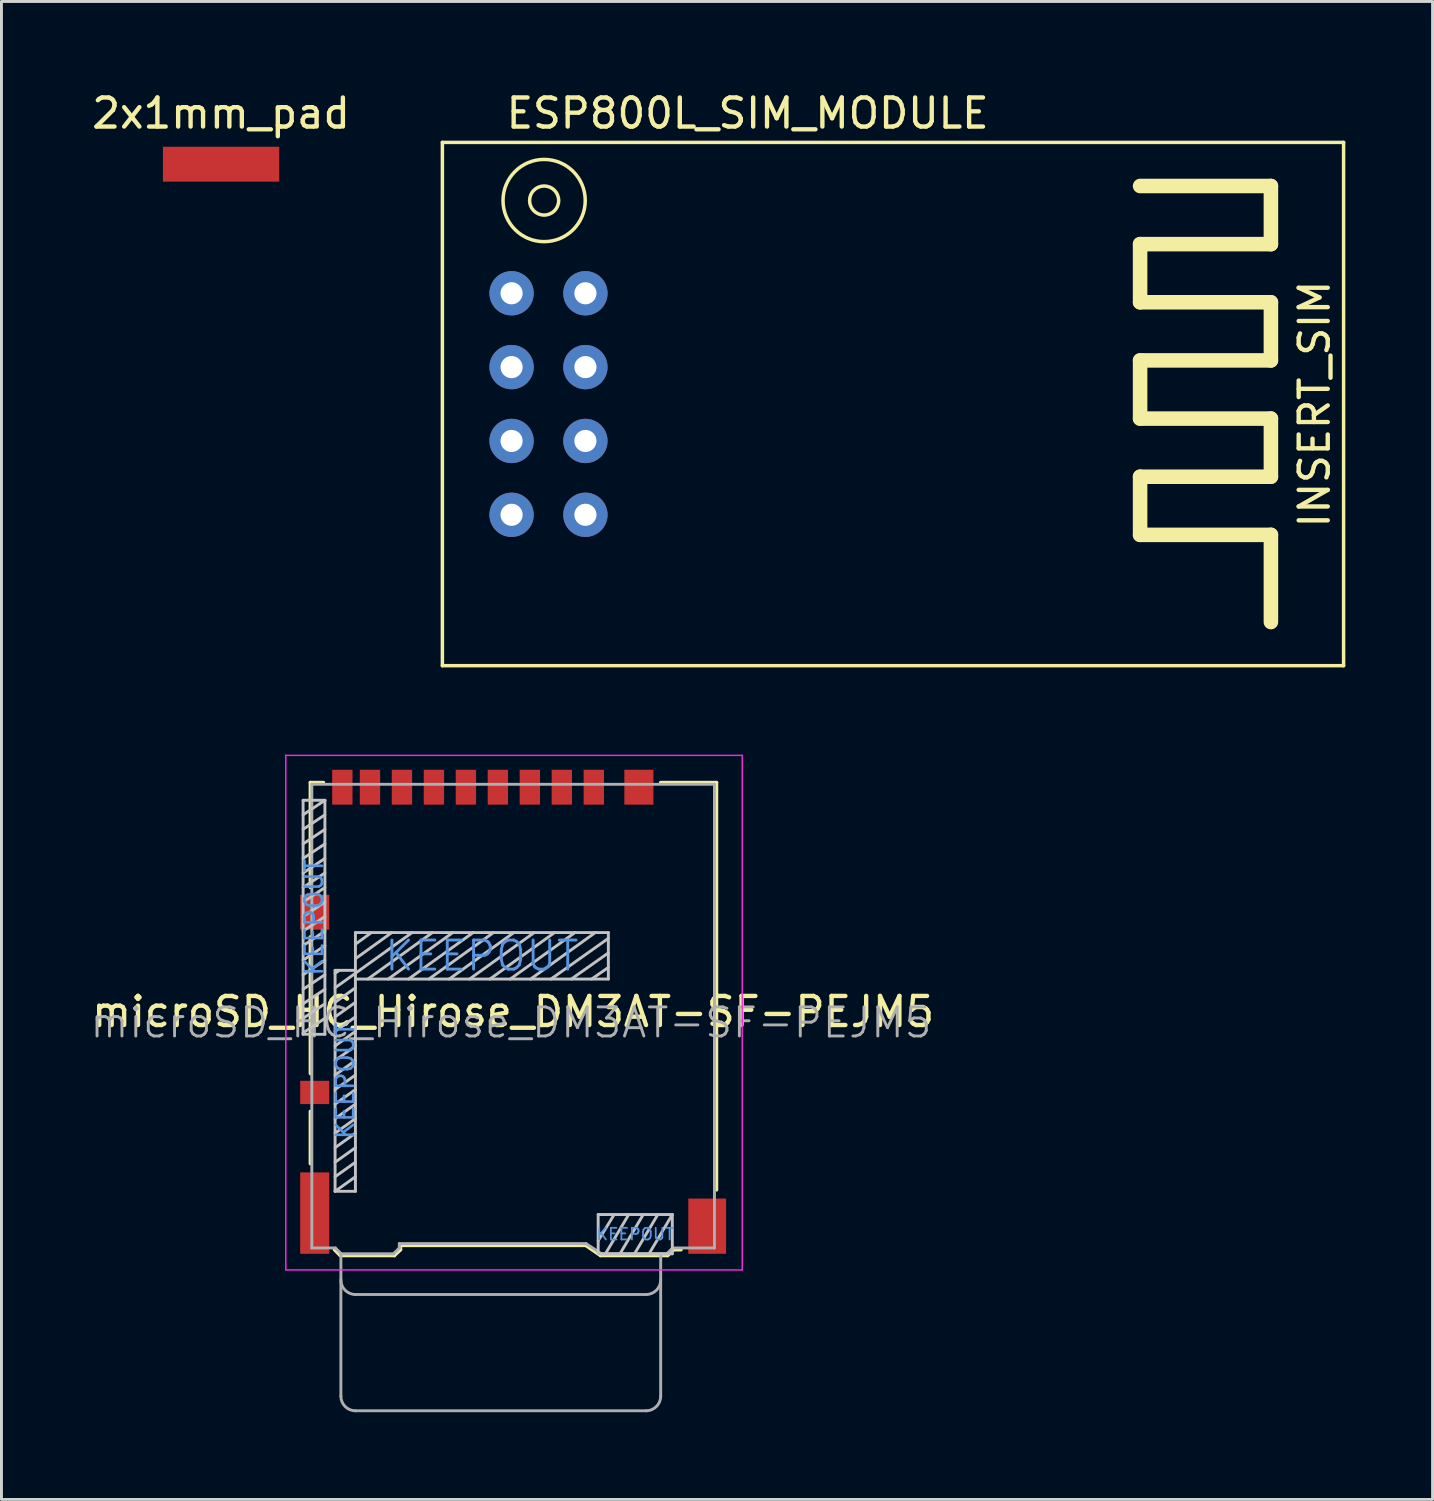
<source format=kicad_pcb>
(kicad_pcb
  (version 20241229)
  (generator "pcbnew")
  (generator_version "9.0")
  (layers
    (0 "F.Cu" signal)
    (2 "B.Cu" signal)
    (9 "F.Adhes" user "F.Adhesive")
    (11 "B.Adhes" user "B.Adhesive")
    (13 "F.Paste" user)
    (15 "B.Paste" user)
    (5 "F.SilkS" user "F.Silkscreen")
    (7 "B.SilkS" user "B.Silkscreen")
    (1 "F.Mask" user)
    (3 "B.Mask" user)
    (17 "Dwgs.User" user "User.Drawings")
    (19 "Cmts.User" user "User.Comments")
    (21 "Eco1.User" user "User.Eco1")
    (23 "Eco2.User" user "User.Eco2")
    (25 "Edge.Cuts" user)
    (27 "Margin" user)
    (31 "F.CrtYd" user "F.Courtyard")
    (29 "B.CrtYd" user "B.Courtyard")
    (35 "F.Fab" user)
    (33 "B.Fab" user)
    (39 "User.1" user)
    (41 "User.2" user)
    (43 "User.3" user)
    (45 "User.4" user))
  (footprint "2x1mm_pad"
    (layer "F.Cu")
    (at 4.554 2.598)
    (property "Reference" "2x1mm_pad" (at 0 -1.75 0) (unlocked yes) (layer "F.SilkS") (effects (font (size 1 1) (thickness 0.15))))
    (attr smd)
    (pad "1" smd rect (at 0 0) (size 4 1.2) (layers "F.Cu" "F.Mask" "F.Paste")))
  (footprint "microSD_HC_Hirose_DM3AT-SF-PEJM5"
    (layer "F.Cu")
    (at 14.601 31.753)
    (property "Reference" "microSD_HC_Hirose_DM3AT-SF-PEJM5" (at 0 0 0) (layer "F.SilkS") (effects (font (size 1 1) (thickness 0.15))))
    (attr smd)
    (fp_line (start -6.975 -7.885) (end -6.975 -4.275) (stroke (width 0.12) (type solid)) (layer "F.SilkS"))
    (fp_line (start -6.975 -2.575) (end -6.975 2.125) (stroke (width 0.12) (type solid)) (layer "F.SilkS"))
    (fp_line (start -6.975 3.425) (end -6.975 5.225) (stroke (width 0.12) (type solid)) (layer "F.SilkS"))
    (fp_line (start -6.525 -7.885) (end -6.975 -7.885) (stroke (width 0.12) (type solid)) (layer "F.SilkS"))
    (fp_line (start -5.945 8.385) (end -6.145 8.185) (stroke (width 0.12) (type solid)) (layer "F.SilkS"))
    (fp_line (start -5.945 8.385) (end -4.085 8.385) (stroke (width 0.12) (type solid)) (layer "F.SilkS"))
    (fp_line (start -4.085 8.385) (end -3.875 8.185) (stroke (width 0.12) (type solid)) (layer "F.SilkS"))
    (fp_line (start -3.875 8.035) (end -3.875 8.185) (stroke (width 0.12) (type solid)) (layer "F.SilkS"))
    (fp_line (start -3.875 8.035) (end 2.495 8.035) (stroke (width 0.12) (type solid)) (layer "F.SilkS"))
    (fp_line (start 3.005 8.385) (end 2.495 8.035) (stroke (width 0.12) (type solid)) (layer "F.SilkS"))
    (fp_line (start 5.075 -7.885) (end 6.995 -7.885) (stroke (width 0.12) (type solid)) (layer "F.SilkS"))
    (fp_line (start 5.315 8.385) (end 3.005 8.385) (stroke (width 0.12) (type solid)) (layer "F.SilkS"))
    (fp_line (start 5.315 8.385) (end 5.515 8.185) (stroke (width 0.12) (type solid)) (layer "F.SilkS"))
    (fp_line (start 5.515 8.185) (end 5.775 8.185) (stroke (width 0.12) (type solid)) (layer "F.SilkS"))
    (fp_line (start 6.995 -7.885) (end 6.995 6.125) (stroke (width 0.12) (type solid)) (layer "F.SilkS"))
    (fp_line (start -7.225 -7.275) (end -6.475 -7.275) (stroke (width 0.1) (type solid)) (layer "Dwgs.User"))
    (fp_line (start -7.225 0.775) (end -7.225 -7.275) (stroke (width 0.1) (type solid)) (layer "Dwgs.User"))
    (fp_line (start -6.475 -7.275) (end -7.225 -6.775) (stroke (width 0.1) (type solid)) (layer "Dwgs.User"))
    (fp_line (start -6.475 -7.275) (end -6.475 0.775) (stroke (width 0.1) (type solid)) (layer "Dwgs.User"))
    (fp_line (start -6.475 -6.775) (end -7.225 -6.275) (stroke (width 0.1) (type solid)) (layer "Dwgs.User"))
    (fp_line (start -6.475 -6.275) (end -7.225 -5.775) (stroke (width 0.1) (type solid)) (layer "Dwgs.User"))
    (fp_line (start -6.475 -5.775) (end -7.225 -5.275) (stroke (width 0.1) (type solid)) (layer "Dwgs.User"))
    (fp_line (start -6.475 -5.275) (end -7.225 -4.775) (stroke (width 0.1) (type solid)) (layer "Dwgs.User"))
    (fp_line (start -6.475 -4.775) (end -7.225 -4.275) (stroke (width 0.1) (type solid)) (layer "Dwgs.User"))
    (fp_line (start -6.475 -4.275) (end -7.225 -3.775) (stroke (width 0.1) (type solid)) (layer "Dwgs.User"))
    (fp_line (start -6.475 -3.775) (end -7.225 -3.275) (stroke (width 0.1) (type solid)) (layer "Dwgs.User"))
    (fp_line (start -6.475 -3.275) (end -7.225 -2.775) (stroke (width 0.1) (type solid)) (layer "Dwgs.User"))
    (fp_line (start -6.475 -2.775) (end -7.225 -2.275) (stroke (width 0.1) (type solid)) (layer "Dwgs.User"))
    (fp_line (start -6.475 -2.275) (end -7.225 -1.775) (stroke (width 0.1) (type solid)) (layer "Dwgs.User"))
    (fp_line (start -6.475 -1.775) (end -7.225 -1.275) (stroke (width 0.1) (type solid)) (layer "Dwgs.User"))
    (fp_line (start -6.475 -1.275) (end -7.225 -0.775) (stroke (width 0.1) (type solid)) (layer "Dwgs.User"))
    (fp_line (start -6.475 -0.775) (end -7.225 -0.275) (stroke (width 0.1) (type solid)) (layer "Dwgs.User"))
    (fp_line (start -6.475 -0.275) (end -7.225 0.225) (stroke (width 0.1) (type solid)) (layer "Dwgs.User"))
    (fp_line (start -6.475 0.225) (end -7.225 0.725) (stroke (width 0.1) (type solid)) (layer "Dwgs.User"))
    (fp_line (start -6.475 0.775) (end -7.225 0.775) (stroke (width 0.1) (type solid)) (layer "Dwgs.User"))
    (fp_line (start -6.125 -1.425) (end -5.425 -1.425) (stroke (width 0.1) (type solid)) (layer "Dwgs.User"))
    (fp_line (start -6.125 -1.325) (end -5.975 -1.425) (stroke (width 0.1) (type solid)) (layer "Dwgs.User"))
    (fp_line (start -6.125 -0.825) (end -5.425 -1.325) (stroke (width 0.1) (type solid)) (layer "Dwgs.User"))
    (fp_line (start -6.125 -0.325) (end -5.425 -0.825) (stroke (width 0.1) (type solid)) (layer "Dwgs.User"))
    (fp_line (start -6.125 0.175) (end -5.425 -0.325) (stroke (width 0.1) (type solid)) (layer "Dwgs.User"))
    (fp_line (start -6.125 0.675) (end -5.425 0.175) (stroke (width 0.1) (type solid)) (layer "Dwgs.User"))
    (fp_line (start -6.125 1.175) (end -5.425 0.675) (stroke (width 0.1) (type solid)) (layer "Dwgs.User"))
    (fp_line (start -6.125 1.675) (end -5.425 1.175) (stroke (width 0.1) (type solid)) (layer "Dwgs.User"))
    (fp_line (start -6.125 2.175) (end -5.425 1.675) (stroke (width 0.1) (type solid)) (layer "Dwgs.User"))
    (fp_line (start -6.125 2.675) (end -5.425 2.175) (stroke (width 0.1) (type solid)) (layer "Dwgs.User"))
    (fp_line (start -6.125 3.175) (end -5.425 2.675) (stroke (width 0.1) (type solid)) (layer "Dwgs.User"))
    (fp_line (start -6.125 3.675) (end -5.425 3.175) (stroke (width 0.1) (type solid)) (layer "Dwgs.User"))
    (fp_line (start -6.125 4.175) (end -5.425 3.675) (stroke (width 0.1) (type solid)) (layer "Dwgs.User"))
    (fp_line (start -6.125 4.675) (end -5.425 4.175) (stroke (width 0.1) (type solid)) (layer "Dwgs.User"))
    (fp_line (start -6.125 5.175) (end -5.425 4.675) (stroke (width 0.1) (type solid)) (layer "Dwgs.User"))
    (fp_line (start -6.125 5.675) (end -5.425 5.175) (stroke (width 0.1) (type solid)) (layer "Dwgs.User"))
    (fp_line (start -6.125 6.175) (end -6.125 -1.425) (stroke (width 0.1) (type solid)) (layer "Dwgs.User"))
    (fp_line (start -6.125 6.175) (end -5.425 5.675) (stroke (width 0.1) (type solid)) (layer "Dwgs.User"))
    (fp_line (start -5.425 -2.725) (end -5.425 6.175) (stroke (width 0.1) (type solid)) (layer "Dwgs.User"))
    (fp_line (start -5.425 -2.725) (end 3.275 -2.725) (stroke (width 0.1) (type solid)) (layer "Dwgs.User"))
    (fp_line (start -5.425 -1.325) (end -3.475 -2.725) (stroke (width 0.1) (type solid)) (layer "Dwgs.User"))
    (fp_line (start -5.425 6.175) (end -6.125 6.175) (stroke (width 0.1) (type solid)) (layer "Dwgs.User"))
    (fp_line (start -4.875 -2.725) (end -5.425 -2.325) (stroke (width 0.1) (type solid)) (layer "Dwgs.User"))
    (fp_line (start -4.175 -2.725) (end -5.425 -1.825) (stroke (width 0.1) (type solid)) (layer "Dwgs.User"))
    (fp_line (start -2.775 -2.725) (end -5 -1.125) (stroke (width 0.1) (type solid)) (layer "Dwgs.User"))
    (fp_line (start -2.075 -2.725) (end -4.3 -1.125) (stroke (width 0.1) (type solid)) (layer "Dwgs.User"))
    (fp_line (start -1.375 -2.725) (end -3.6 -1.125) (stroke (width 0.1) (type solid)) (layer "Dwgs.User"))
    (fp_line (start -0.675 -2.725) (end -2.9 -1.125) (stroke (width 0.1) (type solid)) (layer "Dwgs.User"))
    (fp_line (start 0.025 -2.725) (end -2.2 -1.125) (stroke (width 0.1) (type solid)) (layer "Dwgs.User"))
    (fp_line (start 0.725 -2.725) (end -1.5 -1.125) (stroke (width 0.1) (type solid)) (layer "Dwgs.User"))
    (fp_line (start 1.425 -2.725) (end -0.8 -1.125) (stroke (width 0.1) (type solid)) (layer "Dwgs.User"))
    (fp_line (start 2.125 -2.725) (end -0.1 -1.125) (stroke (width 0.1) (type solid)) (layer "Dwgs.User"))
    (fp_line (start 2.825 -2.725) (end 0.6 -1.125) (stroke (width 0.1) (type solid)) (layer "Dwgs.User"))
    (fp_line (start 2.925 6.975) (end 5.475 6.975) (stroke (width 0.1) (type solid)) (layer "Dwgs.User"))
    (fp_line (start 2.925 8.325) (end 2.925 6.975) (stroke (width 0.1) (type solid)) (layer "Dwgs.User"))
    (fp_line (start 3.275 -2.725) (end 3.275 -1.125) (stroke (width 0.1) (type solid)) (layer "Dwgs.User"))
    (fp_line (start 3.275 -2.525) (end 1.3 -1.125) (stroke (width 0.1) (type solid)) (layer "Dwgs.User"))
    (fp_line (start 3.275 -2.025) (end 2 -1.125) (stroke (width 0.1) (type solid)) (layer "Dwgs.User"))
    (fp_line (start 3.275 -1.525) (end 2.7 -1.125) (stroke (width 0.1) (type solid)) (layer "Dwgs.User"))
    (fp_line (start 3.275 -1.125) (end -5.425 -1.125) (stroke (width 0.1) (type solid)) (layer "Dwgs.User"))
    (fp_line (start 3.475 6.975) (end 2.925 7.875) (stroke (width 0.1) (type solid)) (layer "Dwgs.User"))
    (fp_line (start 3.975 6.975) (end 3.175 8.325) (stroke (width 0.1) (type solid)) (layer "Dwgs.User"))
    (fp_line (start 4.475 6.975) (end 3.675 8.325) (stroke (width 0.1) (type solid)) (layer "Dwgs.User"))
    (fp_line (start 4.975 6.975) (end 4.175 8.325) (stroke (width 0.1) (type solid)) (layer "Dwgs.User"))
    (fp_line (start 5.475 6.975) (end 4.675 8.325) (stroke (width 0.1) (type solid)) (layer "Dwgs.User"))
    (fp_line (start 5.475 6.975) (end 5.475 8.325) (stroke (width 0.1) (type solid)) (layer "Dwgs.User"))
    (fp_line (start 5.475 8.325) (end 2.925 8.325) (stroke (width 0.1) (type solid)) (layer "Dwgs.User"))
    (fp_line (start -7.82 -8.82) (end 7.88 -8.82) (stroke (width 0.05) (type solid)) (layer "F.CrtYd"))
    (fp_line (start -7.82 8.88) (end -7.82 -8.82) (stroke (width 0.05) (type solid)) (layer "F.CrtYd"))
    (fp_line (start 7.88 -8.82) (end 7.88 8.88) (stroke (width 0.05) (type solid)) (layer "F.CrtYd"))
    (fp_line (start 7.88 8.88) (end -7.82 8.88) (stroke (width 0.05) (type solid)) (layer "F.CrtYd"))
    (fp_line (start -6.925 8.125) (end -6.925 -7.825) (stroke (width 0.1) (type solid)) (layer "F.Fab"))
    (fp_line (start -6.115 8.125) (end -6.925 8.125) (stroke (width 0.1) (type solid)) (layer "F.Fab"))
    (fp_line (start -5.925 8.325) (end -5.925 13.225) (stroke (width 0.1) (type solid)) (layer "F.Fab"))
    (fp_line (start -5.915 8.325) (end -6.115 8.125) (stroke (width 0.1) (type solid)) (layer "F.Fab"))
    (fp_line (start -5.425 9.725) (end 4.575 9.725) (stroke (width 0.1) (type solid)) (layer "F.Fab"))
    (fp_line (start -5.425 13.725) (end 4.575 13.725) (stroke (width 0.1) (type solid)) (layer "F.Fab"))
    (fp_line (start -4.115 8.325) (end -5.915 8.325) (stroke (width 0.1) (type solid)) (layer "F.Fab"))
    (fp_line (start -3.915 8.125) (end -4.115 8.325) (stroke (width 0.1) (type solid)) (layer "F.Fab"))
    (fp_line (start -3.915 8.125) (end -3.915 7.975) (stroke (width 0.1) (type solid)) (layer "F.Fab"))
    (fp_line (start 2.51 7.975) (end -3.915 7.975) (stroke (width 0.1) (type solid)) (layer "F.Fab"))
    (fp_line (start 3.035 8.325) (end 2.51 7.975) (stroke (width 0.1) (type solid)) (layer "F.Fab"))
    (fp_line (start 5.075 13.225) (end 5.075 8.325) (stroke (width 0.1) (type solid)) (layer "F.Fab"))
    (fp_line (start 5.285 8.325) (end 3.035 8.325) (stroke (width 0.1) (type solid)) (layer "F.Fab"))
    (fp_line (start 5.285 8.325) (end 5.485 8.125) (stroke (width 0.1) (type solid)) (layer "F.Fab"))
    (fp_line (start 5.485 8.125) (end 6.925 8.125) (stroke (width 0.1) (type solid)) (layer "F.Fab"))
    (fp_line (start 6.925 -7.825) (end -6.925 -7.825) (stroke (width 0.1) (type solid)) (layer "F.Fab"))
    (fp_line (start 6.925 8.125) (end 6.925 -7.825) (stroke (width 0.1) (type solid)) (layer "F.Fab"))
    (fp_arc (start -5.425 9.725) (mid -5.778553 9.578553) (end -5.925 9.225) (stroke (width 0.1) (type solid)) (layer "F.Fab"))
    (fp_arc (start -5.425 13.725) (mid -5.778553 13.578553) (end -5.925 13.225) (stroke (width 0.1) (type solid)) (layer "F.Fab"))
    (fp_arc (start 5.075 9.225) (mid 4.928553 9.578553) (end 4.575 9.725) (stroke (width 0.1) (type solid)) (layer "F.Fab"))
    (fp_arc (start 5.075 13.225) (mid 4.928553 13.578553) (end 4.575 13.725) (stroke (width 0.1) (type solid)) (layer "F.Fab"))
    (fp_text user "KEEPOUT" (at -5.775 2.375 90) (layer "Cmts.User") (effects (font (size 0.6 0.6) (thickness 0.09))))
    (fp_text user "KEEPOUT" (at 4.2 7.65 0) (layer "Cmts.User") (effects (font (size 0.4 0.4) (thickness 0.06))))
    (fp_text user "KEEPOUT" (at -1.075 -1.925 0) (layer "Cmts.User") (effects (font (size 1 1) (thickness 0.1))))
    (fp_text user "KEEPOUT" (at -6.85 -3.25 90) (layer "Cmts.User") (effects (font (size 0.6 0.6) (thickness 0.09))))
    (fp_text user "${REFERENCE}" (at -0.075 0.375 0) (layer "F.Fab") (effects (font (size 1 1) (thickness 0.1))))
    (pad "1" smd rect (at 2.775 -7.725) (size 0.7 1.2) (layers "F.Cu" "F.Mask" "F.Paste"))
    (pad "2" smd rect (at 1.675 -7.725) (size 0.7 1.2) (layers "F.Cu" "F.Mask" "F.Paste"))
    (pad "3" smd rect (at 0.575 -7.725) (size 0.7 1.2) (layers "F.Cu" "F.Mask" "F.Paste"))
    (pad "4" smd rect (at -0.525 -7.725) (size 0.7 1.2) (layers "F.Cu" "F.Mask" "F.Paste"))
    (pad "5" smd rect (at -1.625 -7.725) (size 0.7 1.2) (layers "F.Cu" "F.Mask" "F.Paste"))
    (pad "6" smd rect (at -2.725 -7.725) (size 0.7 1.2) (layers "F.Cu" "F.Mask" "F.Paste"))
    (pad "7" smd rect (at -3.825 -7.725) (size 0.7 1.2) (layers "F.Cu" "F.Mask" "F.Paste"))
    (pad "8" smd rect (at -4.925 -7.725) (size 0.7 1.2) (layers "F.Cu" "F.Mask" "F.Paste"))
    (pad "9" smd rect (at -5.875 -7.725) (size 0.7 1.2) (layers "F.Cu" "F.Mask" "F.Paste"))
    (pad "10" smd rect (at -6.825 2.775) (size 1 0.8) (layers "F.Cu" "F.Mask" "F.Paste"))
    (pad "11" smd rect (at -6.825 -3.425) (size 1 1.2) (layers "F.Cu" "F.Mask" "F.Paste"))
    (pad "11" smd rect (at -6.825 6.925) (size 1 2.8) (layers "F.Cu" "F.Mask" "F.Paste"))
    (pad "11" smd rect (at 4.325 -7.725) (size 1 1.2) (layers "F.Cu" "F.Mask" "F.Paste"))
    (pad "11" smd rect (at 6.675 7.375) (size 1.3 1.9) (layers "F.Cu" "F.Mask" "F.Paste")))
  (footprint "ESP800L_SIM_MODULE"
    (layer "F.Cu")
    (at 22.167 10.848)
    (property "Reference" "ESP800L_SIM_MODULE" (at 0.5 -10 0) (unlocked yes) (layer "F.SilkS") (effects (font (size 1 1) (thickness 0.15))))
    (attr through_hole)
    (fp_line (start -10 -9) (end -10 9) (stroke (width 0.12) (type solid)) (layer "F.SilkS"))
    (fp_line (start -10 -9) (end 21 -9) (stroke (width 0.12) (type solid)) (layer "F.SilkS"))
    (fp_line (start 14 -7.5) (end 18.5 -7.5) (stroke (width 0.5) (type solid)) (layer "F.SilkS"))
    (fp_line (start 14 -5.5) (end 18.5 -5.5) (stroke (width 0.5) (type solid)) (layer "F.SilkS"))
    (fp_line (start 14 -3.5) (end 14 -5.5) (stroke (width 0.5) (type solid)) (layer "F.SilkS"))
    (fp_line (start 14 -3.5) (end 18.5 -3.5) (stroke (width 0.5) (type solid)) (layer "F.SilkS"))
    (fp_line (start 14 -1.5) (end 18.5 -1.5) (stroke (width 0.5) (type solid)) (layer "F.SilkS"))
    (fp_line (start 14 0.5) (end 14 -1.5) (stroke (width 0.5) (type solid)) (layer "F.SilkS"))
    (fp_line (start 14 0.5) (end 18.5 0.5) (stroke (width 0.5) (type solid)) (layer "F.SilkS"))
    (fp_line (start 14 2.5) (end 18.5 2.5) (stroke (width 0.5) (type solid)) (layer "F.SilkS"))
    (fp_line (start 14 4.5) (end 14 2.5) (stroke (width 0.5) (type solid)) (layer "F.SilkS"))
    (fp_line (start 14 4.5) (end 18.5 4.5) (stroke (width 0.5) (type solid)) (layer "F.SilkS"))
    (fp_line (start 18.5 -5.5) (end 18.5 -7.5) (stroke (width 0.5) (type solid)) (layer "F.SilkS"))
    (fp_line (start 18.5 -1.5) (end 18.5 -3.5) (stroke (width 0.5) (type solid)) (layer "F.SilkS"))
    (fp_line (start 18.5 2.5) (end 18.5 0.5) (stroke (width 0.5) (type solid)) (layer "F.SilkS"))
    (fp_line (start 18.5 7.5) (end 18.5 4.5) (stroke (width 0.5) (type solid)) (layer "F.SilkS"))
    (fp_line (start 21 -9) (end 21 9) (stroke (width 0.12) (type solid)) (layer "F.SilkS"))
    (fp_line (start 21 9) (end -10 9) (stroke (width 0.12) (type solid)) (layer "F.SilkS"))
    (fp_circle (center -6.5 -7) (end -6 -7) (stroke (width 0.12) (type solid)) (fill no) (layer "F.SilkS"))
    (fp_circle (center -6.5 -7) (end -5.5 -6) (stroke (width 0.12) (type solid)) (fill no) (layer "F.SilkS"))
    (fp_text user "INSERT_SIM" (at 20 0 90) (unlocked yes) (layer "F.SilkS") (effects (font (size 1 1) (thickness 0.15))))
    (pad "1" thru_hole circle (at -7.62 -3.81) (size 1.524 1.524) (drill 0.762) (layers "*.Cu" "*.Mask"))
    (pad "2" thru_hole circle (at -7.62 -1.27) (size 1.524 1.524) (drill 0.762) (layers "*.Cu" "*.Mask"))
    (pad "3" thru_hole circle (at -7.62 1.27) (size 1.524 1.524) (drill 0.762) (layers "*.Cu" "*.Mask"))
    (pad "4" thru_hole circle (at -7.62 3.81) (size 1.524 1.524) (drill 0.762) (layers "*.Cu" "*.Mask"))
    (pad "5" thru_hole circle (at -5.08 3.81) (size 1.524 1.524) (drill 0.762) (layers "*.Cu" "*.Mask"))
    (pad "6" thru_hole circle (at -5.08 1.27) (size 1.524 1.524) (drill 0.762) (layers "*.Cu" "*.Mask"))
    (pad "7" thru_hole circle (at -5.08 -1.27) (size 1.524 1.524) (drill 0.762) (layers "*.Cu" "*.Mask"))
    (pad "8" thru_hole circle (at -5.08 -3.81) (size 1.524 1.524) (drill 0.762) (layers "*.Cu" "*.Mask")))
  (gr_rect
    (start -3 -3)
    (end 46.227 48.528)
    (stroke (width 0.1) (type default))
    (fill no)
    (layer "Edge.Cuts")))
</source>
